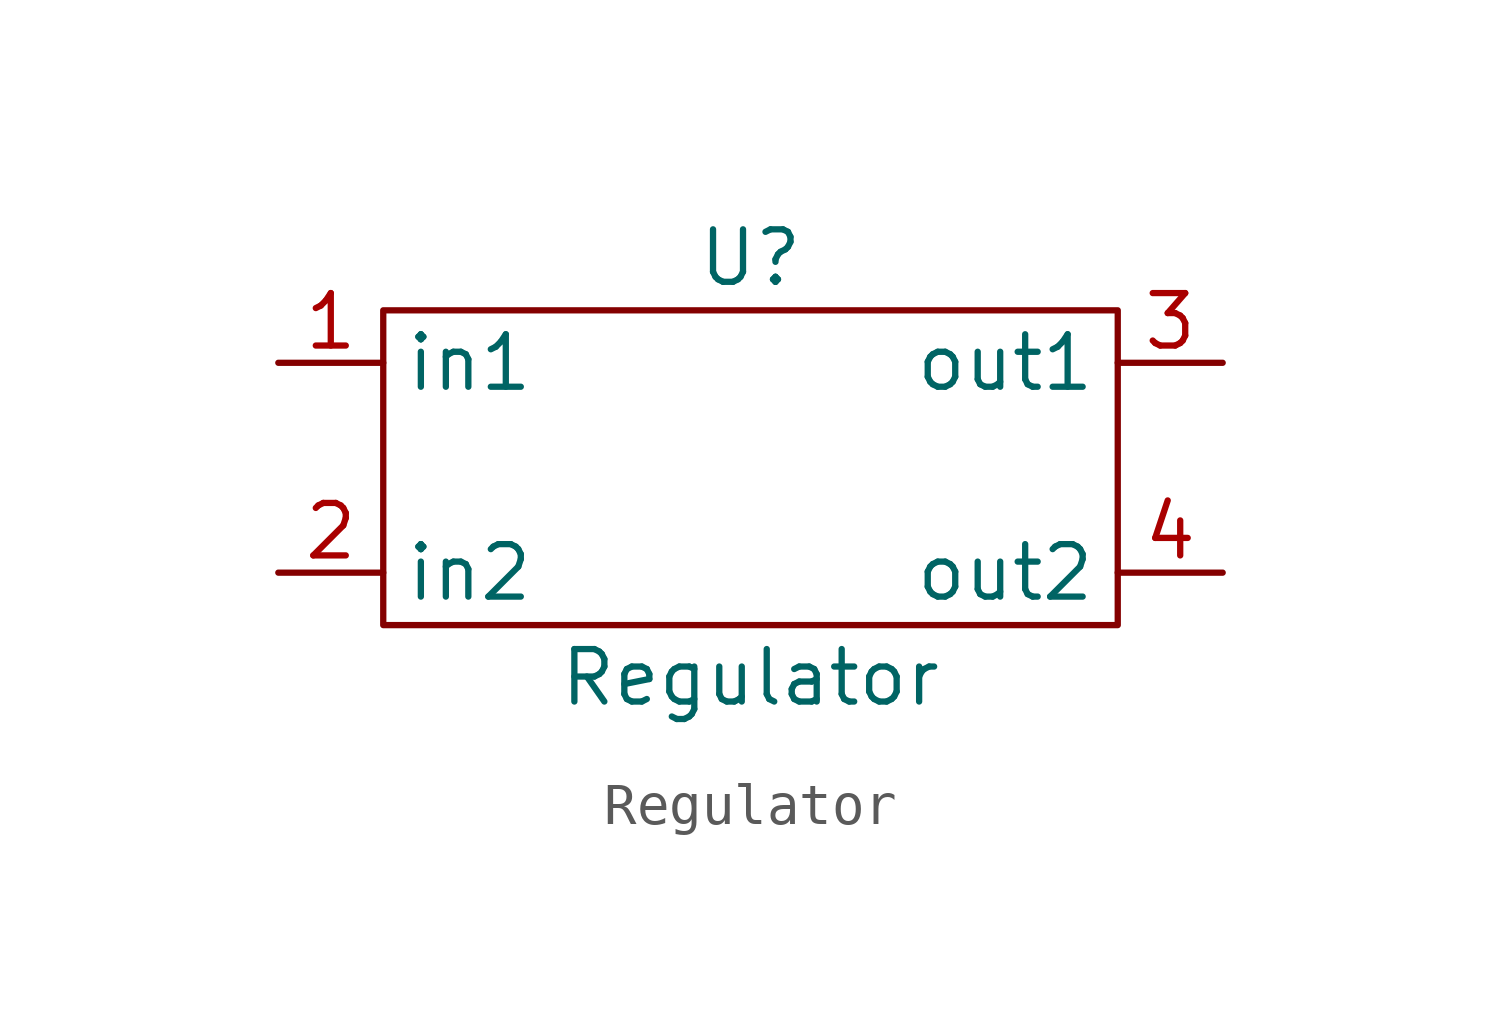
<source format=kicad_sym>
(kicad_symbol_lib
  (version 20220914)
  (generator kicad_symbol_editor)
  (symbol "Regulator"
    (property "Reference" "U"
      (at 7.62 0 0)
      (effects (font (size 1.27 1.27))))
    (property "Value" "Regulator"
      (at 7.62 -10.16 0)
      (effects (font (size 1.27 1.27))))
    (symbol "Regulator_0_1"
      (rectangle (start -1.27 -1.27) (end 16.51 -8.89) (stroke (width 0) (type default)) (fill (type none))))
    (symbol "Regulator_1_1"
      (pin input line (at -3.81 -2.54 0) (length 2.54) (name "in1" (effects (font (size 1.27 1.27)))) (number "1" (effects (font (size 1.27 1.27)))))
      (pin input line (at -3.81 -7.62 0) (length 2.54) (name "in2" (effects (font (size 1.27 1.27)))) (number "2" (effects (font (size 1.27 1.27)))))
      (pin input line (at 19.05 -2.54 180) (length 2.54) (name "out1" (effects (font (size 1.27 1.27)))) (number "3" (effects (font (size 1.27 1.27)))))
      (pin input line (at 19.05 -7.62 180) (length 2.54) (name "out2" (effects (font (size 1.27 1.27)))) (number "4" (effects (font (size 1.27 1.27))))))))
</source>
